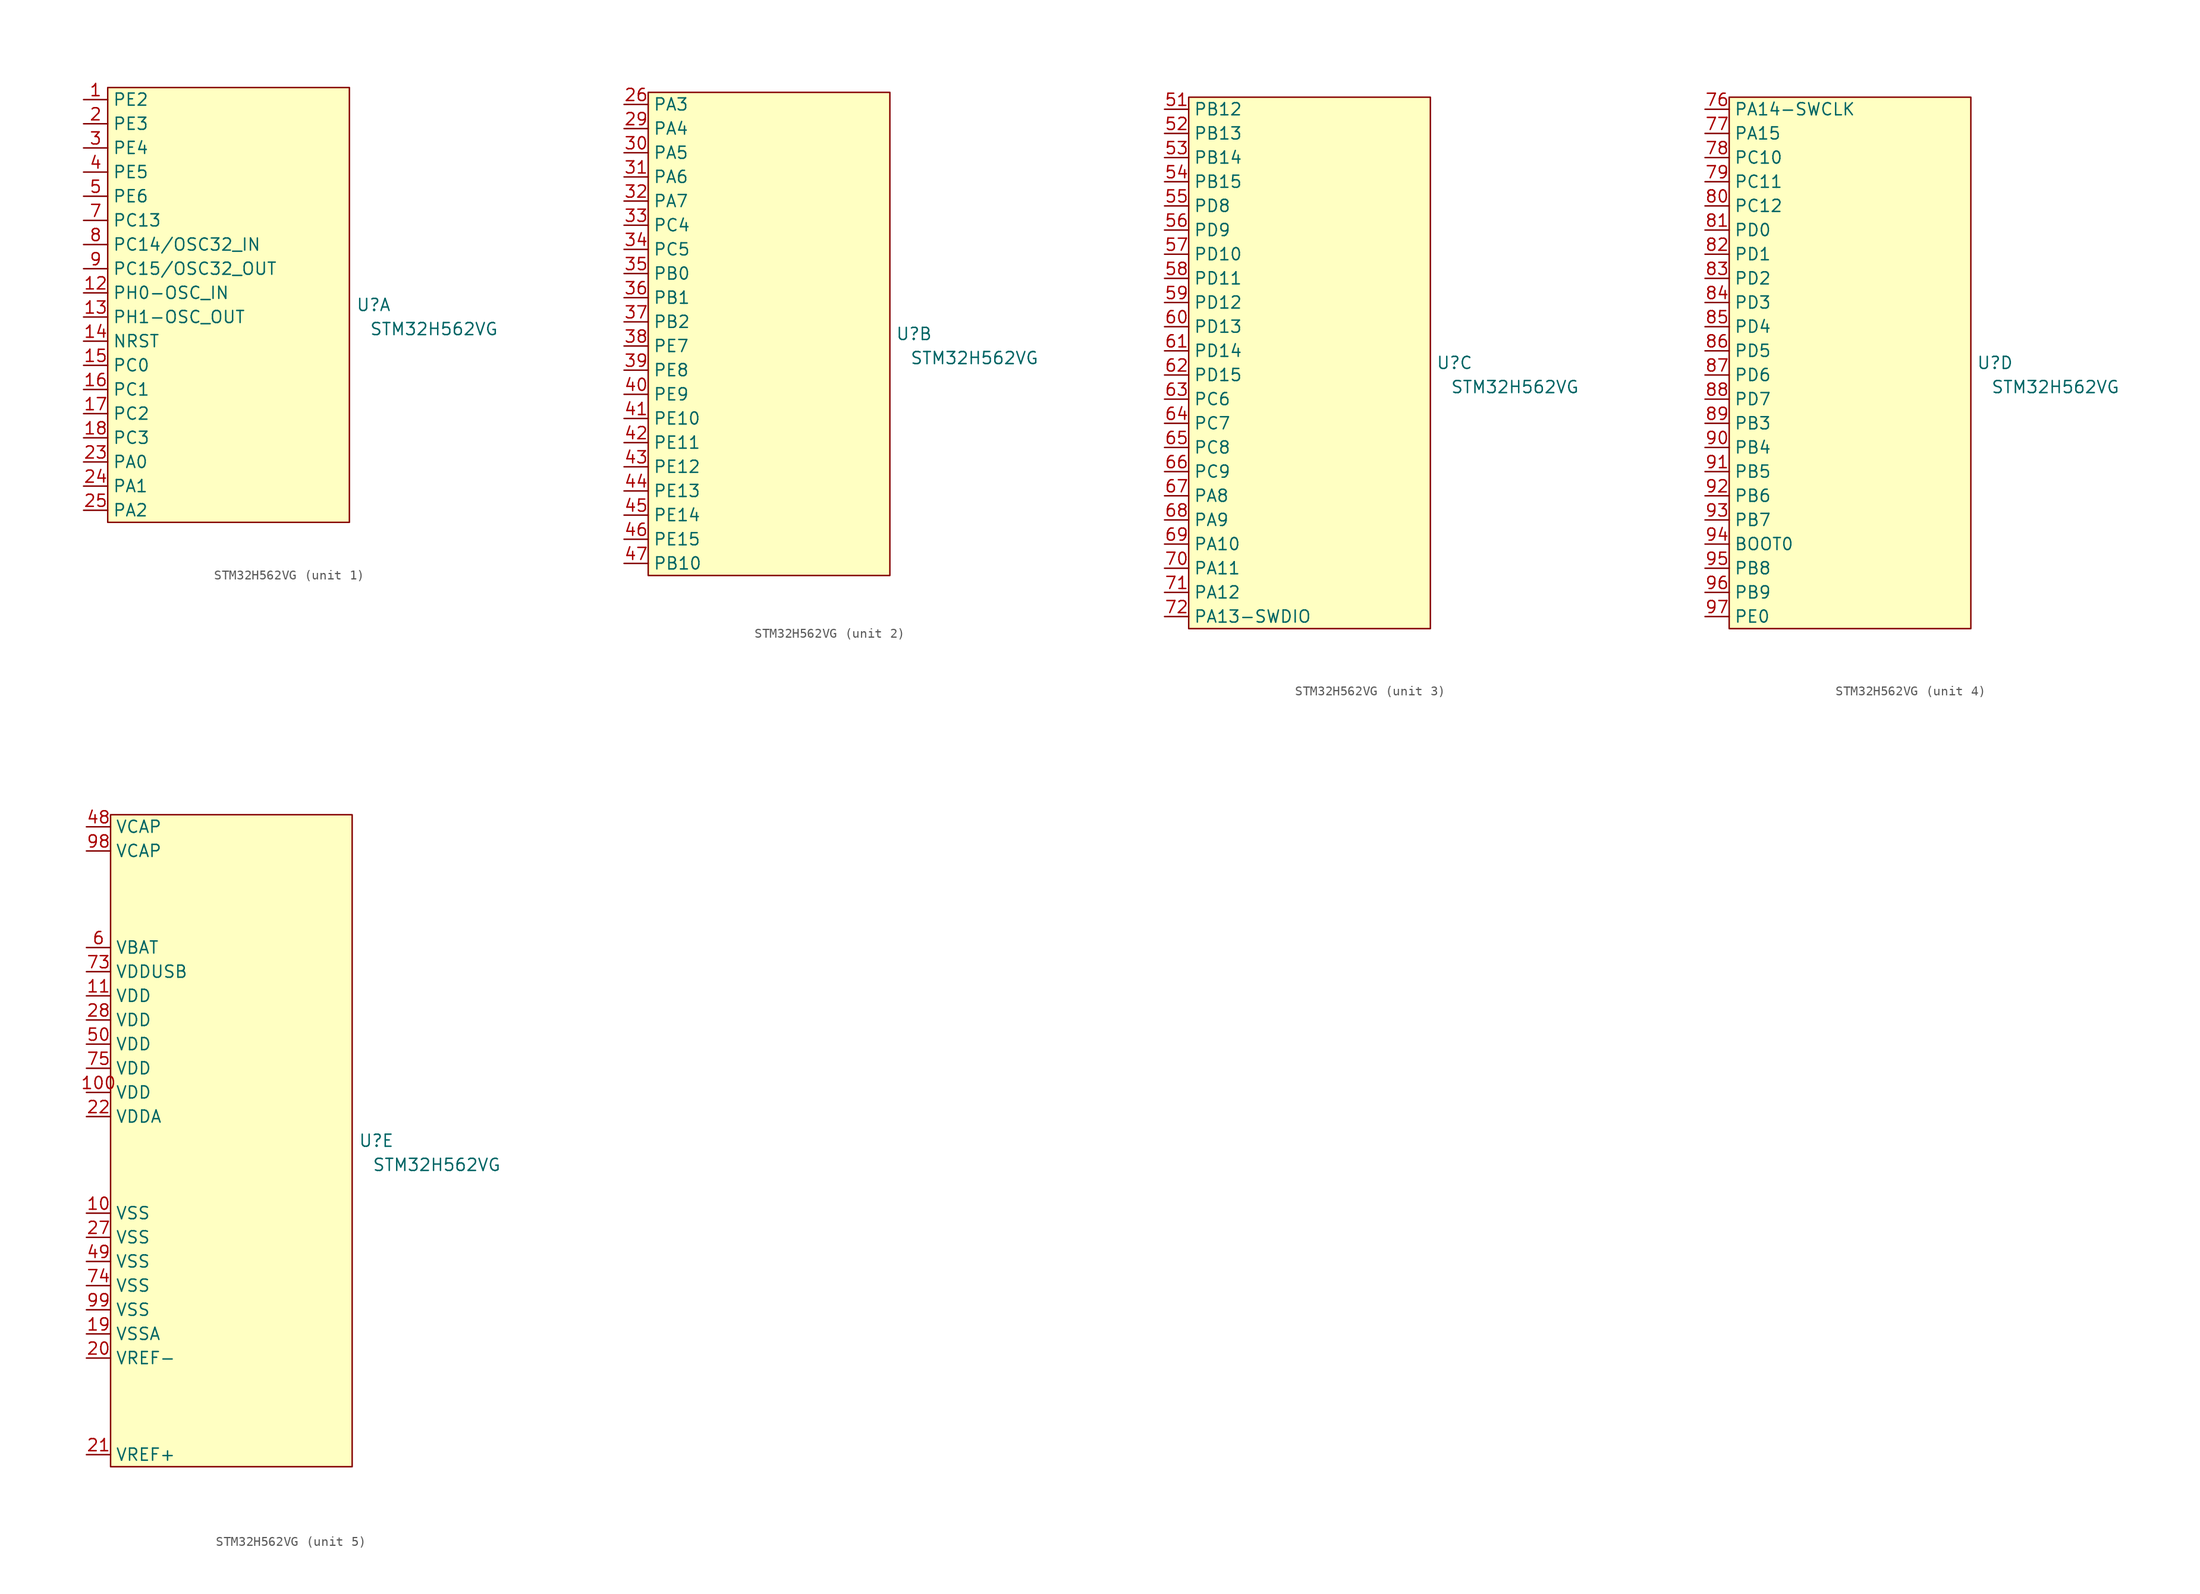
<source format=kicad_sym>
(kicad_symbol_lib
  (version 20231120)
  (generator "kicad_symbol_editor")
  (generator_version "8.0")
  (symbol "STM32H562VG"
    (property "Reference" "U"
      (at 27.94 0 0)
      (effects (font (size 1.27 1.27))))
    (property "Value" "STM32H562VG"
      (at 34.29 -2.54 0)
      (effects (font (size 1.27 1.27))))
    (property "ki_locked" ""
      (at 0 0 0)
      (effects (font (size 1.27 1.27))))
    (symbol "STM32H562VG_1_0"
      (pin unspecified line (at -2.54 21.59 0) (length 2.54) (name "PE2" (effects (font (size 1.27 1.27)))) (number "1" (effects (font (size 1.27 1.27)))))
      (pin unspecified line (at -2.54 1.27 0) (length 2.54) (name "PH0-OSC_IN" (effects (font (size 1.27 1.27)))) (number "12" (effects (font (size 1.27 1.27)))))
      (pin unspecified line (at -2.54 -1.27 0) (length 2.54) (name "PH1-OSC_OUT" (effects (font (size 1.27 1.27)))) (number "13" (effects (font (size 1.27 1.27)))))
      (pin unspecified line (at -2.54 -3.81 0) (length 2.54) (name "NRST" (effects (font (size 1.27 1.27)))) (number "14" (effects (font (size 1.27 1.27)))))
      (pin unspecified line (at -2.54 -6.35 0) (length 2.54) (name "PC0" (effects (font (size 1.27 1.27)))) (number "15" (effects (font (size 1.27 1.27)))))
      (pin unspecified line (at -2.54 -8.89 0) (length 2.54) (name "PC1" (effects (font (size 1.27 1.27)))) (number "16" (effects (font (size 1.27 1.27)))))
      (pin unspecified line (at -2.54 -11.43 0) (length 2.54) (name "PC2" (effects (font (size 1.27 1.27)))) (number "17" (effects (font (size 1.27 1.27)))))
      (pin unspecified line (at -2.54 -13.97 0) (length 2.54) (name "PC3" (effects (font (size 1.27 1.27)))) (number "18" (effects (font (size 1.27 1.27)))))
      (pin unspecified line (at -2.54 19.05 0) (length 2.54) (name "PE3" (effects (font (size 1.27 1.27)))) (number "2" (effects (font (size 1.27 1.27)))))
      (pin unspecified line (at -2.54 -16.51 0) (length 2.54) (name "PA0" (effects (font (size 1.27 1.27)))) (number "23" (effects (font (size 1.27 1.27)))))
      (pin unspecified line (at -2.54 -19.05 0) (length 2.54) (name "PA1" (effects (font (size 1.27 1.27)))) (number "24" (effects (font (size 1.27 1.27)))))
      (pin unspecified line (at -2.54 -21.59 0) (length 2.54) (name "PA2" (effects (font (size 1.27 1.27)))) (number "25" (effects (font (size 1.27 1.27)))))
      (pin unspecified line (at -2.54 16.51 0) (length 2.54) (name "PE4" (effects (font (size 1.27 1.27)))) (number "3" (effects (font (size 1.27 1.27)))))
      (pin unspecified line (at -2.54 13.97 0) (length 2.54) (name "PE5" (effects (font (size 1.27 1.27)))) (number "4" (effects (font (size 1.27 1.27)))))
      (pin unspecified line (at -2.54 11.43 0) (length 2.54) (name "PE6" (effects (font (size 1.27 1.27)))) (number "5" (effects (font (size 1.27 1.27)))))
      (pin unspecified line (at -2.54 8.89 0) (length 2.54) (name "PC13" (effects (font (size 1.27 1.27)))) (number "7" (effects (font (size 1.27 1.27)))))
      (pin unspecified line (at -2.54 6.35 0) (length 2.54) (name "PC14/OSC32_IN" (effects (font (size 1.27 1.27)))) (number "8" (effects (font (size 1.27 1.27)))))
      (pin unspecified line (at -2.54 3.81 0) (length 2.54) (name "PC15/OSC32_OUT" (effects (font (size 1.27 1.27)))) (number "9" (effects (font (size 1.27 1.27))))))
    (symbol "STM32H562VG_1_1"
      (rectangle (start 0 22.86) (end 25.4 -22.86) (stroke (width 0) (type default)) (fill (type background))))
    (symbol "STM32H562VG_2_0"
      (pin unspecified line (at -2.54 24.13 0) (length 2.54) (name "PA3" (effects (font (size 1.27 1.27)))) (number "26" (effects (font (size 1.27 1.27)))))
      (pin unspecified line (at -2.54 21.59 0) (length 2.54) (name "PA4" (effects (font (size 1.27 1.27)))) (number "29" (effects (font (size 1.27 1.27)))))
      (pin unspecified line (at -2.54 19.05 0) (length 2.54) (name "PA5" (effects (font (size 1.27 1.27)))) (number "30" (effects (font (size 1.27 1.27)))))
      (pin unspecified line (at -2.54 16.51 0) (length 2.54) (name "PA6" (effects (font (size 1.27 1.27)))) (number "31" (effects (font (size 1.27 1.27)))))
      (pin unspecified line (at -2.54 13.97 0) (length 2.54) (name "PA7" (effects (font (size 1.27 1.27)))) (number "32" (effects (font (size 1.27 1.27)))))
      (pin unspecified line (at -2.54 11.43 0) (length 2.54) (name "PC4" (effects (font (size 1.27 1.27)))) (number "33" (effects (font (size 1.27 1.27)))))
      (pin unspecified line (at -2.54 8.89 0) (length 2.54) (name "PC5" (effects (font (size 1.27 1.27)))) (number "34" (effects (font (size 1.27 1.27)))))
      (pin unspecified line (at -2.54 6.35 0) (length 2.54) (name "PB0" (effects (font (size 1.27 1.27)))) (number "35" (effects (font (size 1.27 1.27)))))
      (pin unspecified line (at -2.54 3.81 0) (length 2.54) (name "PB1" (effects (font (size 1.27 1.27)))) (number "36" (effects (font (size 1.27 1.27)))))
      (pin unspecified line (at -2.54 1.27 0) (length 2.54) (name "PB2" (effects (font (size 1.27 1.27)))) (number "37" (effects (font (size 1.27 1.27)))))
      (pin unspecified line (at -2.54 -1.27 0) (length 2.54) (name "PE7" (effects (font (size 1.27 1.27)))) (number "38" (effects (font (size 1.27 1.27)))))
      (pin unspecified line (at -2.54 -3.81 0) (length 2.54) (name "PE8" (effects (font (size 1.27 1.27)))) (number "39" (effects (font (size 1.27 1.27)))))
      (pin unspecified line (at -2.54 -6.35 0) (length 2.54) (name "PE9" (effects (font (size 1.27 1.27)))) (number "40" (effects (font (size 1.27 1.27)))))
      (pin unspecified line (at -2.54 -8.89 0) (length 2.54) (name "PE10" (effects (font (size 1.27 1.27)))) (number "41" (effects (font (size 1.27 1.27)))))
      (pin unspecified line (at -2.54 -11.43 0) (length 2.54) (name "PE11" (effects (font (size 1.27 1.27)))) (number "42" (effects (font (size 1.27 1.27)))))
      (pin unspecified line (at -2.54 -13.97 0) (length 2.54) (name "PE12" (effects (font (size 1.27 1.27)))) (number "43" (effects (font (size 1.27 1.27)))))
      (pin unspecified line (at -2.54 -16.51 0) (length 2.54) (name "PE13" (effects (font (size 1.27 1.27)))) (number "44" (effects (font (size 1.27 1.27)))))
      (pin unspecified line (at -2.54 -19.05 0) (length 2.54) (name "PE14" (effects (font (size 1.27 1.27)))) (number "45" (effects (font (size 1.27 1.27)))))
      (pin unspecified line (at -2.54 -21.59 0) (length 2.54) (name "PE15" (effects (font (size 1.27 1.27)))) (number "46" (effects (font (size 1.27 1.27)))))
      (pin unspecified line (at -2.54 -24.13 0) (length 2.54) (name "PB10" (effects (font (size 1.27 1.27)))) (number "47" (effects (font (size 1.27 1.27))))))
    (symbol "STM32H562VG_2_1"
      (rectangle (start 0 25.4) (end 25.4 -25.4) (stroke (width 0) (type default)) (fill (type background))))
    (symbol "STM32H562VG_3_0"
      (pin unspecified line (at -2.54 26.67 0) (length 2.54) (name "PB12" (effects (font (size 1.27 1.27)))) (number "51" (effects (font (size 1.27 1.27)))))
      (pin unspecified line (at -2.54 24.13 0) (length 2.54) (name "PB13" (effects (font (size 1.27 1.27)))) (number "52" (effects (font (size 1.27 1.27)))))
      (pin unspecified line (at -2.54 21.59 0) (length 2.54) (name "PB14" (effects (font (size 1.27 1.27)))) (number "53" (effects (font (size 1.27 1.27)))))
      (pin unspecified line (at -2.54 19.05 0) (length 2.54) (name "PB15" (effects (font (size 1.27 1.27)))) (number "54" (effects (font (size 1.27 1.27)))))
      (pin unspecified line (at -2.54 16.51 0) (length 2.54) (name "PD8" (effects (font (size 1.27 1.27)))) (number "55" (effects (font (size 1.27 1.27)))))
      (pin unspecified line (at -2.54 13.97 0) (length 2.54) (name "PD9" (effects (font (size 1.27 1.27)))) (number "56" (effects (font (size 1.27 1.27)))))
      (pin unspecified line (at -2.54 11.43 0) (length 2.54) (name "PD10" (effects (font (size 1.27 1.27)))) (number "57" (effects (font (size 1.27 1.27)))))
      (pin unspecified line (at -2.54 8.89 0) (length 2.54) (name "PD11" (effects (font (size 1.27 1.27)))) (number "58" (effects (font (size 1.27 1.27)))))
      (pin unspecified line (at -2.54 6.35 0) (length 2.54) (name "PD12" (effects (font (size 1.27 1.27)))) (number "59" (effects (font (size 1.27 1.27)))))
      (pin unspecified line (at -2.54 3.81 0) (length 2.54) (name "PD13" (effects (font (size 1.27 1.27)))) (number "60" (effects (font (size 1.27 1.27)))))
      (pin unspecified line (at -2.54 1.27 0) (length 2.54) (name "PD14" (effects (font (size 1.27 1.27)))) (number "61" (effects (font (size 1.27 1.27)))))
      (pin unspecified line (at -2.54 -1.27 0) (length 2.54) (name "PD15" (effects (font (size 1.27 1.27)))) (number "62" (effects (font (size 1.27 1.27)))))
      (pin unspecified line (at -2.54 -3.81 0) (length 2.54) (name "PC6" (effects (font (size 1.27 1.27)))) (number "63" (effects (font (size 1.27 1.27)))))
      (pin unspecified line (at -2.54 -6.35 0) (length 2.54) (name "PC7" (effects (font (size 1.27 1.27)))) (number "64" (effects (font (size 1.27 1.27)))))
      (pin unspecified line (at -2.54 -8.89 0) (length 2.54) (name "PC8" (effects (font (size 1.27 1.27)))) (number "65" (effects (font (size 1.27 1.27)))))
      (pin unspecified line (at -2.54 -11.43 0) (length 2.54) (name "PC9" (effects (font (size 1.27 1.27)))) (number "66" (effects (font (size 1.27 1.27)))))
      (pin unspecified line (at -2.54 -13.97 0) (length 2.54) (name "PA8" (effects (font (size 1.27 1.27)))) (number "67" (effects (font (size 1.27 1.27)))))
      (pin unspecified line (at -2.54 -16.51 0) (length 2.54) (name "PA9" (effects (font (size 1.27 1.27)))) (number "68" (effects (font (size 1.27 1.27)))))
      (pin unspecified line (at -2.54 -19.05 0) (length 2.54) (name "PA10" (effects (font (size 1.27 1.27)))) (number "69" (effects (font (size 1.27 1.27)))))
      (pin unspecified line (at -2.54 -21.59 0) (length 2.54) (name "PA11" (effects (font (size 1.27 1.27)))) (number "70" (effects (font (size 1.27 1.27)))))
      (pin unspecified line (at -2.54 -24.13 0) (length 2.54) (name "PA12" (effects (font (size 1.27 1.27)))) (number "71" (effects (font (size 1.27 1.27)))))
      (pin unspecified line (at -2.54 -26.67 0) (length 2.54) (name "PA13-SWDIO" (effects (font (size 1.27 1.27)))) (number "72" (effects (font (size 1.27 1.27))))))
    (symbol "STM32H562VG_3_1"
      (rectangle (start 0 27.94) (end 25.4 -27.94) (stroke (width 0) (type default)) (fill (type background))))
    (symbol "STM32H562VG_4_0"
      (pin unspecified line (at -2.54 26.67 0) (length 2.54) (name "PA14-SWCLK" (effects (font (size 1.27 1.27)))) (number "76" (effects (font (size 1.27 1.27)))))
      (pin unspecified line (at -2.54 24.13 0) (length 2.54) (name "PA15" (effects (font (size 1.27 1.27)))) (number "77" (effects (font (size 1.27 1.27)))))
      (pin unspecified line (at -2.54 21.59 0) (length 2.54) (name "PC10" (effects (font (size 1.27 1.27)))) (number "78" (effects (font (size 1.27 1.27)))))
      (pin unspecified line (at -2.54 19.05 0) (length 2.54) (name "PC11" (effects (font (size 1.27 1.27)))) (number "79" (effects (font (size 1.27 1.27)))))
      (pin unspecified line (at -2.54 16.51 0) (length 2.54) (name "PC12" (effects (font (size 1.27 1.27)))) (number "80" (effects (font (size 1.27 1.27)))))
      (pin unspecified line (at -2.54 13.97 0) (length 2.54) (name "PD0" (effects (font (size 1.27 1.27)))) (number "81" (effects (font (size 1.27 1.27)))))
      (pin unspecified line (at -2.54 11.43 0) (length 2.54) (name "PD1" (effects (font (size 1.27 1.27)))) (number "82" (effects (font (size 1.27 1.27)))))
      (pin unspecified line (at -2.54 8.89 0) (length 2.54) (name "PD2" (effects (font (size 1.27 1.27)))) (number "83" (effects (font (size 1.27 1.27)))))
      (pin unspecified line (at -2.54 6.35 0) (length 2.54) (name "PD3" (effects (font (size 1.27 1.27)))) (number "84" (effects (font (size 1.27 1.27)))))
      (pin unspecified line (at -2.54 3.81 0) (length 2.54) (name "PD4" (effects (font (size 1.27 1.27)))) (number "85" (effects (font (size 1.27 1.27)))))
      (pin unspecified line (at -2.54 1.27 0) (length 2.54) (name "PD5" (effects (font (size 1.27 1.27)))) (number "86" (effects (font (size 1.27 1.27)))))
      (pin unspecified line (at -2.54 -1.27 0) (length 2.54) (name "PD6" (effects (font (size 1.27 1.27)))) (number "87" (effects (font (size 1.27 1.27)))))
      (pin unspecified line (at -2.54 -3.81 0) (length 2.54) (name "PD7" (effects (font (size 1.27 1.27)))) (number "88" (effects (font (size 1.27 1.27)))))
      (pin unspecified line (at -2.54 -6.35 0) (length 2.54) (name "PB3" (effects (font (size 1.27 1.27)))) (number "89" (effects (font (size 1.27 1.27)))))
      (pin unspecified line (at -2.54 -8.89 0) (length 2.54) (name "PB4" (effects (font (size 1.27 1.27)))) (number "90" (effects (font (size 1.27 1.27)))))
      (pin unspecified line (at -2.54 -11.43 0) (length 2.54) (name "PB5" (effects (font (size 1.27 1.27)))) (number "91" (effects (font (size 1.27 1.27)))))
      (pin unspecified line (at -2.54 -13.97 0) (length 2.54) (name "PB6" (effects (font (size 1.27 1.27)))) (number "92" (effects (font (size 1.27 1.27)))))
      (pin unspecified line (at -2.54 -16.51 0) (length 2.54) (name "PB7" (effects (font (size 1.27 1.27)))) (number "93" (effects (font (size 1.27 1.27)))))
      (pin unspecified line (at -2.54 -19.05 0) (length 2.54) (name "BOOT0" (effects (font (size 1.27 1.27)))) (number "94" (effects (font (size 1.27 1.27)))))
      (pin unspecified line (at -2.54 -21.59 0) (length 2.54) (name "PB8" (effects (font (size 1.27 1.27)))) (number "95" (effects (font (size 1.27 1.27)))))
      (pin unspecified line (at -2.54 -24.13 0) (length 2.54) (name "PB9" (effects (font (size 1.27 1.27)))) (number "96" (effects (font (size 1.27 1.27)))))
      (pin unspecified line (at -2.54 -26.67 0) (length 2.54) (name "PE0" (effects (font (size 1.27 1.27)))) (number "97" (effects (font (size 1.27 1.27))))))
    (symbol "STM32H562VG_4_1"
      (rectangle (start 0 27.94) (end 25.4 -27.94) (stroke (width 0) (type default)) (fill (type background))))
    (symbol "STM32H562VG_5_0"
      (pin unspecified line (at -2.54 -7.62 0) (length 2.54) (name "VSS" (effects (font (size 1.27 1.27)))) (number "10" (effects (font (size 1.27 1.27)))))
      (pin unspecified line (at -2.54 5.08 0) (length 2.54) (name "VDD" (effects (font (size 1.27 1.27)))) (number "100" (effects (font (size 1.27 1.27)))))
      (pin unspecified line (at -2.54 15.24 0) (length 2.54) (name "VDD" (effects (font (size 1.27 1.27)))) (number "11" (effects (font (size 1.27 1.27)))))
      (pin unspecified line (at -2.54 -20.32 0) (length 2.54) (name "VSSA" (effects (font (size 1.27 1.27)))) (number "19" (effects (font (size 1.27 1.27)))))
      (pin unspecified line (at -2.54 -22.86 0) (length 2.54) (name "VREF-" (effects (font (size 1.27 1.27)))) (number "20" (effects (font (size 1.27 1.27)))))
      (pin unspecified line (at -2.54 -33.02 0) (length 2.54) (name "VREF+" (effects (font (size 1.27 1.27)))) (number "21" (effects (font (size 1.27 1.27)))))
      (pin unspecified line (at -2.54 2.54 0) (length 2.54) (name "VDDA" (effects (font (size 1.27 1.27)))) (number "22" (effects (font (size 1.27 1.27)))))
      (pin unspecified line (at -2.54 -10.16 0) (length 2.54) (name "VSS" (effects (font (size 1.27 1.27)))) (number "27" (effects (font (size 1.27 1.27)))))
      (pin unspecified line (at -2.54 12.7 0) (length 2.54) (name "VDD" (effects (font (size 1.27 1.27)))) (number "28" (effects (font (size 1.27 1.27)))))
      (pin unspecified line (at -2.54 33.02 0) (length 2.54) (name "VCAP" (effects (font (size 1.27 1.27)))) (number "48" (effects (font (size 1.27 1.27)))))
      (pin unspecified line (at -2.54 -12.7 0) (length 2.54) (name "VSS" (effects (font (size 1.27 1.27)))) (number "49" (effects (font (size 1.27 1.27)))))
      (pin unspecified line (at -2.54 10.16 0) (length 2.54) (name "VDD" (effects (font (size 1.27 1.27)))) (number "50" (effects (font (size 1.27 1.27)))))
      (pin unspecified line (at -2.54 20.32 0) (length 2.54) (name "VBAT" (effects (font (size 1.27 1.27)))) (number "6" (effects (font (size 1.27 1.27)))))
      (pin unspecified line (at -2.54 17.78 0) (length 2.54) (name "VDDUSB" (effects (font (size 1.27 1.27)))) (number "73" (effects (font (size 1.27 1.27)))))
      (pin unspecified line (at -2.54 -15.24 0) (length 2.54) (name "VSS" (effects (font (size 1.27 1.27)))) (number "74" (effects (font (size 1.27 1.27)))))
      (pin unspecified line (at -2.54 7.62 0) (length 2.54) (name "VDD" (effects (font (size 1.27 1.27)))) (number "75" (effects (font (size 1.27 1.27)))))
      (pin unspecified line (at -2.54 30.48 0) (length 2.54) (name "VCAP" (effects (font (size 1.27 1.27)))) (number "98" (effects (font (size 1.27 1.27)))))
      (pin unspecified line (at -2.54 -17.78 0) (length 2.54) (name "VSS" (effects (font (size 1.27 1.27)))) (number "99" (effects (font (size 1.27 1.27))))))
    (symbol "STM32H562VG_5_1"
      (rectangle (start 0 34.29) (end 25.4 -34.29) (stroke (width 0) (type default)) (fill (type background))))))
</source>
